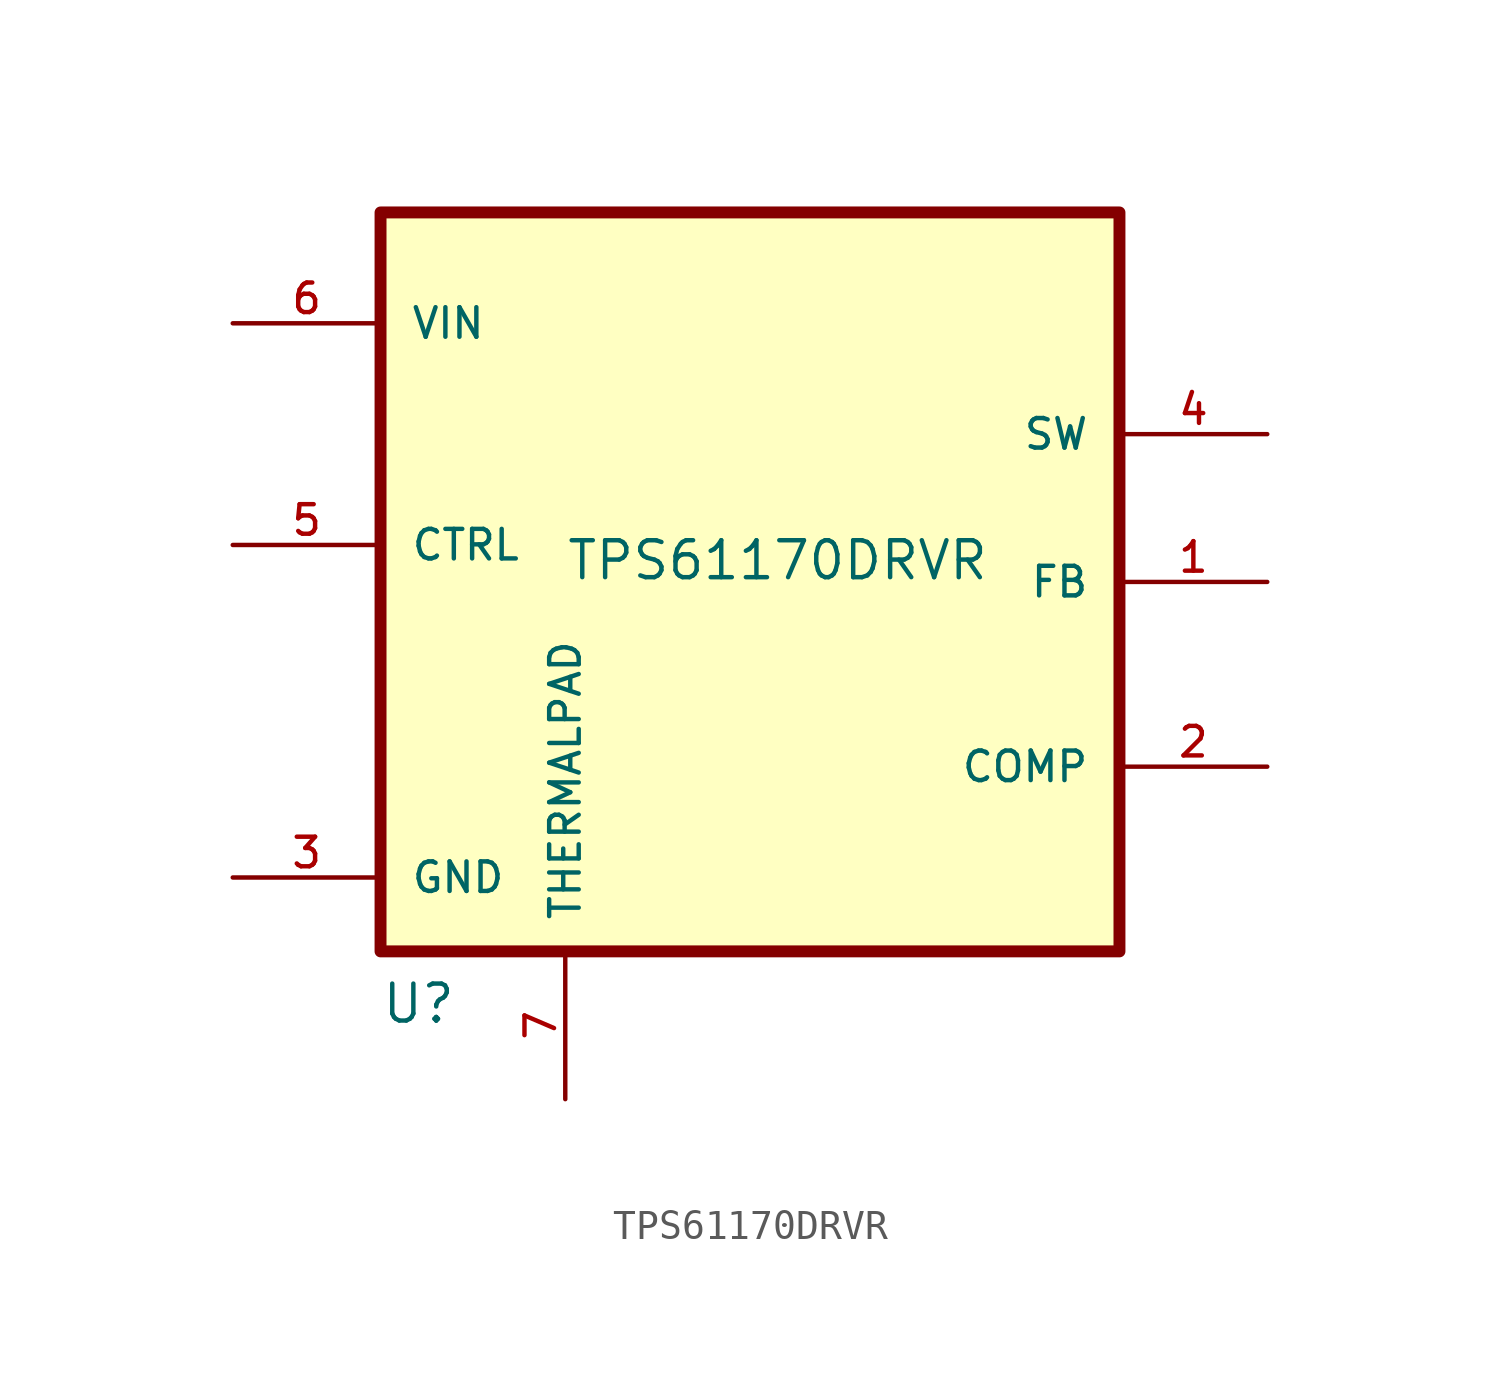
<source format=kicad_sym>
(kicad_symbol_lib
  (version 20220914)
  (generator kicad_symbol_editor)
  (symbol "TPS61170DRVR"
    (pin_names
      (offset 1.016))
    (property "Reference" "U"
      (at -12.7 -15.24 0)
      (effects (font (size 1.27 1.27)) (justify left bottom)))
    (property "Value" "TPS61170DRVR"
      (at -6.35 0 0)
      (effects (font (size 1.27 1.27)) (justify left bottom)))
    (symbol "TPS61170DRVR_0_0"
      (rectangle (start -12.7 -12.7) (end 12.7 12.7) (stroke (width 0.41) (type default)) (fill (type background)))
      (pin output line (at 17.78 -6.35 180) (length 5.08) (name "COMP" (effects (font (size 1.016 1.016)))) (number "2" (effects (font (size 1.016 1.016)))))
      (pin input line (at -17.78 1.27 0) (length 5.08) (name "CTRL" (effects (font (size 1.016 1.016)))) (number "5" (effects (font (size 1.016 1.016)))))
      (pin input line (at -17.78 8.89 0) (length 5.08) (name "VIN" (effects (font (size 1.016 1.016)))) (number "6" (effects (font (size 1.016 1.016))))))
    (symbol "TPS61170DRVR_1_0"
      (pin input line (at 17.78 0 180) (length 5.08) (name "FB" (effects (font (size 1.016 1.016)))) (number "1" (effects (font (size 1.016 1.016)))))
      (pin power_in line (at -17.78 -10.16 0) (length 5.08) (name "GND" (effects (font (size 1.016 1.016)))) (number "3" (effects (font (size 1.016 1.016)))))
      (pin input line (at 17.78 5.08 180) (length 5.08) (name "SW" (effects (font (size 1.016 1.016)))) (number "4" (effects (font (size 1.016 1.016)))))
      (pin bidirectional line (at -6.35 -17.78 90) (length 5.08) (name "THERMALPAD" (effects (font (size 1.016 1.016)))) (number "7" (effects (font (size 1.016 1.016))))))))
</source>
